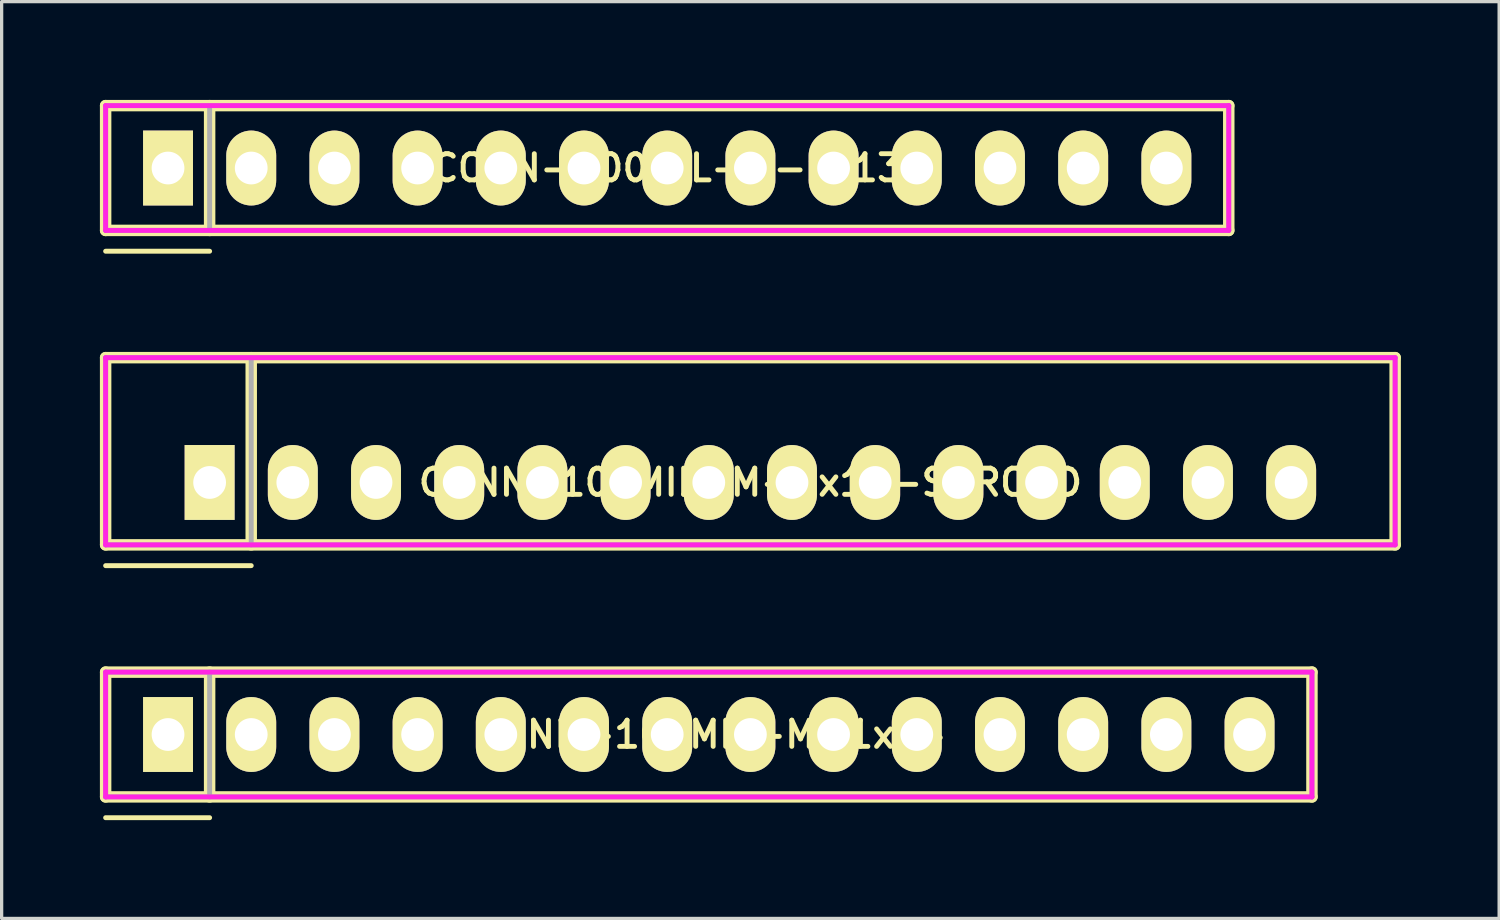
<source format=kicad_pcb>
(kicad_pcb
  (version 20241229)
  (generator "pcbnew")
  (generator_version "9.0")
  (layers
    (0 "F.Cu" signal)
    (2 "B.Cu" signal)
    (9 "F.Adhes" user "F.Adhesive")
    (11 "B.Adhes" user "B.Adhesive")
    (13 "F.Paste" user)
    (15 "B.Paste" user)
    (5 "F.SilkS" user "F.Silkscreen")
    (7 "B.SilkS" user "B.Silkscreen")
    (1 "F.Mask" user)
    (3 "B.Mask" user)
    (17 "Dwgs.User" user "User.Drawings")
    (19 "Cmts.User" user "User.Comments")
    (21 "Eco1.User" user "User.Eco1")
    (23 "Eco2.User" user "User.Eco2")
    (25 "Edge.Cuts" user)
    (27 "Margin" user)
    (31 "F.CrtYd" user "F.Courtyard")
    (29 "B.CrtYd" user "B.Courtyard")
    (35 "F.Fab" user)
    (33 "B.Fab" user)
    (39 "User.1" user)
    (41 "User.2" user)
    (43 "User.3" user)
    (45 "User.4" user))
  (footprint "CONN-100MIL-M-1x14-SHROUD"
    (layer "F.Cu")
    (at 19.86 11.68)
    (property "Reference" "CONN-100MIL-M-1x14-SHROUD" (at 0 0 0) (layer "F.SilkS") (effects (font (size 0.8 0.8) (thickness 0.15))))
    (attr through_hole)
    (fp_line (start -19.685 -3.81) (end 19.685 -3.81) (stroke (width 0.35) (type solid)) (layer "F.SilkS"))
    (fp_line (start -19.685 1.905) (end -19.685 -3.81) (stroke (width 0.35) (type solid)) (layer "F.SilkS"))
    (fp_line (start -19.685 2.54) (end -15.24 2.54) (stroke (width 0.15) (type solid)) (layer "F.SilkS"))
    (fp_line (start -15.24 -3.81) (end -15.24 1.905) (stroke (width 0.35) (type solid)) (layer "F.SilkS"))
    (fp_line (start 19.685 -3.81) (end 19.685 1.905) (stroke (width 0.35) (type solid)) (layer "F.SilkS"))
    (fp_line (start 19.685 1.905) (end -19.685 1.905) (stroke (width 0.35) (type solid)) (layer "F.SilkS"))
    (fp_line (start -19.685 -3.81) (end 19.685 -3.81) (stroke (width 0.15) (type solid)) (layer "F.CrtYd"))
    (fp_line (start -19.685 1.905) (end -19.685 -3.81) (stroke (width 0.15) (type solid)) (layer "F.CrtYd"))
    (fp_line (start 19.685 -3.81) (end 19.685 1.905) (stroke (width 0.15) (type solid)) (layer "F.CrtYd"))
    (fp_line (start 19.685 1.905) (end -19.685 1.905) (stroke (width 0.15) (type solid)) (layer "F.CrtYd"))
    (fp_line (start -19.685 -3.81) (end 19.685 -3.81) (stroke (width 0.15) (type solid)) (layer "F.Fab"))
    (fp_line (start -19.685 1.905) (end -19.685 -3.81) (stroke (width 0.15) (type solid)) (layer "F.Fab"))
    (fp_line (start -15.24 -3.81) (end -15.24 1.905) (stroke (width 0.15) (type solid)) (layer "F.Fab"))
    (fp_line (start 19.685 -3.81) (end 19.685 1.905) (stroke (width 0.15) (type solid)) (layer "F.Fab"))
    (fp_line (start 19.685 1.905) (end -19.685 1.905) (stroke (width 0.15) (type solid)) (layer "F.Fab"))
    (pad "1" thru_hole rect (at -16.51 0) (size 1.524 2.286) (drill 1) (layers "*.Cu" "*.Mask" "F.SilkS"))
    (pad "2" thru_hole oval (at -13.97 0) (size 1.524 2.286) (drill 1) (layers "*.Cu" "*.Mask" "F.SilkS"))
    (pad "3" thru_hole oval (at -11.43 0) (size 1.524 2.286) (drill 1) (layers "*.Cu" "*.Mask" "F.SilkS"))
    (pad "4" thru_hole oval (at -8.89 0) (size 1.524 2.286) (drill 1) (layers "*.Cu" "*.Mask" "F.SilkS"))
    (pad "5" thru_hole oval (at -6.35 0) (size 1.524 2.286) (drill 1) (layers "*.Cu" "*.Mask" "F.SilkS"))
    (pad "6" thru_hole oval (at -3.81 0) (size 1.524 2.286) (drill 1) (layers "*.Cu" "*.Mask" "F.SilkS"))
    (pad "7" thru_hole oval (at -1.27 0) (size 1.524 2.286) (drill 1) (layers "*.Cu" "*.Mask" "F.SilkS"))
    (pad "8" thru_hole oval (at 1.27 0) (size 1.524 2.286) (drill 1) (layers "*.Cu" "*.Mask" "F.SilkS"))
    (pad "9" thru_hole oval (at 3.81 0) (size 1.524 2.286) (drill 1) (layers "*.Cu" "*.Mask" "F.SilkS"))
    (pad "10" thru_hole oval (at 6.35 0) (size 1.524 2.286) (drill 1) (layers "*.Cu" "*.Mask" "F.SilkS"))
    (pad "11" thru_hole oval (at 8.89 0) (size 1.524 2.286) (drill 1) (layers "*.Cu" "*.Mask" "F.SilkS"))
    (pad "12" thru_hole oval (at 11.43 0) (size 1.524 2.286) (drill 1) (layers "*.Cu" "*.Mask" "F.SilkS"))
    (pad "13" thru_hole oval (at 13.97 0) (size 1.524 2.286) (drill 1) (layers "*.Cu" "*.Mask" "F.SilkS"))
    (pad "14" thru_hole oval (at 16.51 0) (size 1.524 2.286) (drill 1) (layers "*.Cu" "*.Mask" "F.SilkS")))
  (footprint "CONN-100MIL-M-1x14"
    (layer "F.Cu")
    (at 18.59 19.375)
    (property "Reference" "CONN-100MIL-M-1x14" (at 0 0 0) (layer "F.SilkS") (effects (font (size 0.8 0.8) (thickness 0.15))))
    (attr through_hole)
    (fp_line (start -18.415 -1.905) (end 18.415 -1.905) (stroke (width 0.35) (type solid)) (layer "F.SilkS"))
    (fp_line (start -18.415 1.905) (end -18.415 -1.905) (stroke (width 0.35) (type solid)) (layer "F.SilkS"))
    (fp_line (start -18.415 2.54) (end -15.24 2.54) (stroke (width 0.15) (type solid)) (layer "F.SilkS"))
    (fp_line (start -15.24 -1.905) (end -15.24 1.905) (stroke (width 0.35) (type solid)) (layer "F.SilkS"))
    (fp_line (start 18.415 -1.905) (end 18.415 1.905) (stroke (width 0.35) (type solid)) (layer "F.SilkS"))
    (fp_line (start 18.415 1.905) (end -18.415 1.905) (stroke (width 0.35) (type solid)) (layer "F.SilkS"))
    (fp_line (start -18.415 -1.905) (end 18.415 -1.905) (stroke (width 0.15) (type solid)) (layer "F.CrtYd"))
    (fp_line (start -18.415 1.905) (end -18.415 -1.905) (stroke (width 0.15) (type solid)) (layer "F.CrtYd"))
    (fp_line (start 18.415 -1.905) (end 18.415 1.905) (stroke (width 0.15) (type solid)) (layer "F.CrtYd"))
    (fp_line (start 18.415 1.905) (end -18.415 1.905) (stroke (width 0.15) (type solid)) (layer "F.CrtYd"))
    (fp_line (start -18.415 -1.905) (end 18.415 -1.905) (stroke (width 0.15) (type solid)) (layer "F.Fab"))
    (fp_line (start -18.415 1.905) (end -18.415 -1.905) (stroke (width 0.15) (type solid)) (layer "F.Fab"))
    (fp_line (start -15.24 -1.905) (end -15.24 1.905) (stroke (width 0.15) (type solid)) (layer "F.Fab"))
    (fp_line (start 18.415 -1.905) (end 18.415 1.905) (stroke (width 0.15) (type solid)) (layer "F.Fab"))
    (fp_line (start 18.415 1.905) (end -18.415 1.905) (stroke (width 0.15) (type solid)) (layer "F.Fab"))
    (pad "1" thru_hole rect (at -16.51 0) (size 1.524 2.286) (drill 1) (layers "*.Cu" "*.Mask" "F.SilkS"))
    (pad "2" thru_hole oval (at -13.97 0) (size 1.524 2.286) (drill 1) (layers "*.Cu" "*.Mask" "F.SilkS"))
    (pad "3" thru_hole oval (at -11.43 0) (size 1.524 2.286) (drill 1) (layers "*.Cu" "*.Mask" "F.SilkS"))
    (pad "4" thru_hole oval (at -8.89 0) (size 1.524 2.286) (drill 1) (layers "*.Cu" "*.Mask" "F.SilkS"))
    (pad "5" thru_hole oval (at -6.35 0) (size 1.524 2.286) (drill 1) (layers "*.Cu" "*.Mask" "F.SilkS"))
    (pad "6" thru_hole oval (at -3.81 0) (size 1.524 2.286) (drill 1) (layers "*.Cu" "*.Mask" "F.SilkS"))
    (pad "7" thru_hole oval (at -1.27 0) (size 1.524 2.286) (drill 1) (layers "*.Cu" "*.Mask" "F.SilkS"))
    (pad "8" thru_hole oval (at 1.27 0) (size 1.524 2.286) (drill 1) (layers "*.Cu" "*.Mask" "F.SilkS"))
    (pad "9" thru_hole oval (at 3.81 0) (size 1.524 2.286) (drill 1) (layers "*.Cu" "*.Mask" "F.SilkS"))
    (pad "10" thru_hole oval (at 6.35 0) (size 1.524 2.286) (drill 1) (layers "*.Cu" "*.Mask" "F.SilkS"))
    (pad "11" thru_hole oval (at 8.89 0) (size 1.524 2.286) (drill 1) (layers "*.Cu" "*.Mask" "F.SilkS"))
    (pad "12" thru_hole oval (at 11.43 0) (size 1.524 2.286) (drill 1) (layers "*.Cu" "*.Mask" "F.SilkS"))
    (pad "13" thru_hole oval (at 13.97 0) (size 1.524 2.286) (drill 1) (layers "*.Cu" "*.Mask" "F.SilkS"))
    (pad "14" thru_hole oval (at 16.51 0) (size 1.524 2.286) (drill 1) (layers "*.Cu" "*.Mask" "F.SilkS")))
  (footprint "CONN-100MIL-M-1x13"
    (layer "F.Cu")
    (at 17.32 2.08)
    (property "Reference" "CONN-100MIL-M-1x13" (at 0 0 0) (layer "F.SilkS") (effects (font (size 0.8 0.8) (thickness 0.15))))
    (attr through_hole)
    (fp_line (start -17.145 -1.905) (end 17.145 -1.905) (stroke (width 0.35) (type solid)) (layer "F.SilkS"))
    (fp_line (start -17.145 1.905) (end -17.145 -1.905) (stroke (width 0.35) (type solid)) (layer "F.SilkS"))
    (fp_line (start -17.145 2.54) (end -13.97 2.54) (stroke (width 0.15) (type solid)) (layer "F.SilkS"))
    (fp_line (start -13.97 -1.905) (end -13.97 1.905) (stroke (width 0.35) (type solid)) (layer "F.SilkS"))
    (fp_line (start 17.145 -1.905) (end 17.145 1.905) (stroke (width 0.35) (type solid)) (layer "F.SilkS"))
    (fp_line (start 17.145 1.905) (end -17.145 1.905) (stroke (width 0.35) (type solid)) (layer "F.SilkS"))
    (fp_line (start -17.145 -1.905) (end 17.145 -1.905) (stroke (width 0.15) (type solid)) (layer "F.CrtYd"))
    (fp_line (start -17.145 1.905) (end -17.145 -1.905) (stroke (width 0.15) (type solid)) (layer "F.CrtYd"))
    (fp_line (start 17.145 -1.905) (end 17.145 1.905) (stroke (width 0.15) (type solid)) (layer "F.CrtYd"))
    (fp_line (start 17.145 1.905) (end -17.145 1.905) (stroke (width 0.15) (type solid)) (layer "F.CrtYd"))
    (fp_line (start -17.145 -1.905) (end 17.145 -1.905) (stroke (width 0.15) (type solid)) (layer "F.Fab"))
    (fp_line (start -17.145 1.905) (end -17.145 -1.905) (stroke (width 0.15) (type solid)) (layer "F.Fab"))
    (fp_line (start -13.97 -1.905) (end -13.97 1.905) (stroke (width 0.15) (type solid)) (layer "F.Fab"))
    (fp_line (start 17.145 -1.905) (end 17.145 1.905) (stroke (width 0.15) (type solid)) (layer "F.Fab"))
    (fp_line (start 17.145 1.905) (end -17.145 1.905) (stroke (width 0.15) (type solid)) (layer "F.Fab"))
    (pad "1" thru_hole rect (at -15.24 0) (size 1.524 2.286) (drill 1) (layers "*.Cu" "*.Mask" "F.SilkS"))
    (pad "2" thru_hole oval (at -12.7 0) (size 1.524 2.286) (drill 1) (layers "*.Cu" "*.Mask" "F.SilkS"))
    (pad "3" thru_hole oval (at -10.16 0) (size 1.524 2.286) (drill 1) (layers "*.Cu" "*.Mask" "F.SilkS"))
    (pad "4" thru_hole oval (at -7.62 0) (size 1.524 2.286) (drill 1) (layers "*.Cu" "*.Mask" "F.SilkS"))
    (pad "5" thru_hole oval (at -5.08 0) (size 1.524 2.286) (drill 1) (layers "*.Cu" "*.Mask" "F.SilkS"))
    (pad "6" thru_hole oval (at -2.54 0) (size 1.524 2.286) (drill 1) (layers "*.Cu" "*.Mask" "F.SilkS"))
    (pad "7" thru_hole oval (at 0 0) (size 1.524 2.286) (drill 1) (layers "*.Cu" "*.Mask" "F.SilkS"))
    (pad "8" thru_hole oval (at 2.54 0) (size 1.524 2.286) (drill 1) (layers "*.Cu" "*.Mask" "F.SilkS"))
    (pad "9" thru_hole oval (at 5.08 0) (size 1.524 2.286) (drill 1) (layers "*.Cu" "*.Mask" "F.SilkS"))
    (pad "10" thru_hole oval (at 7.62 0) (size 1.524 2.286) (drill 1) (layers "*.Cu" "*.Mask" "F.SilkS"))
    (pad "11" thru_hole oval (at 10.16 0) (size 1.524 2.286) (drill 1) (layers "*.Cu" "*.Mask" "F.SilkS"))
    (pad "12" thru_hole oval (at 12.7 0) (size 1.524 2.286) (drill 1) (layers "*.Cu" "*.Mask" "F.SilkS"))
    (pad "13" thru_hole oval (at 15.24 0) (size 1.524 2.286) (drill 1) (layers "*.Cu" "*.Mask" "F.SilkS")))
  (gr_rect
    (start -3 -3)
    (end 42.72 24.99)
    (stroke (width 0.1) (type default))
    (fill no)
    (layer "Edge.Cuts")))
</source>
